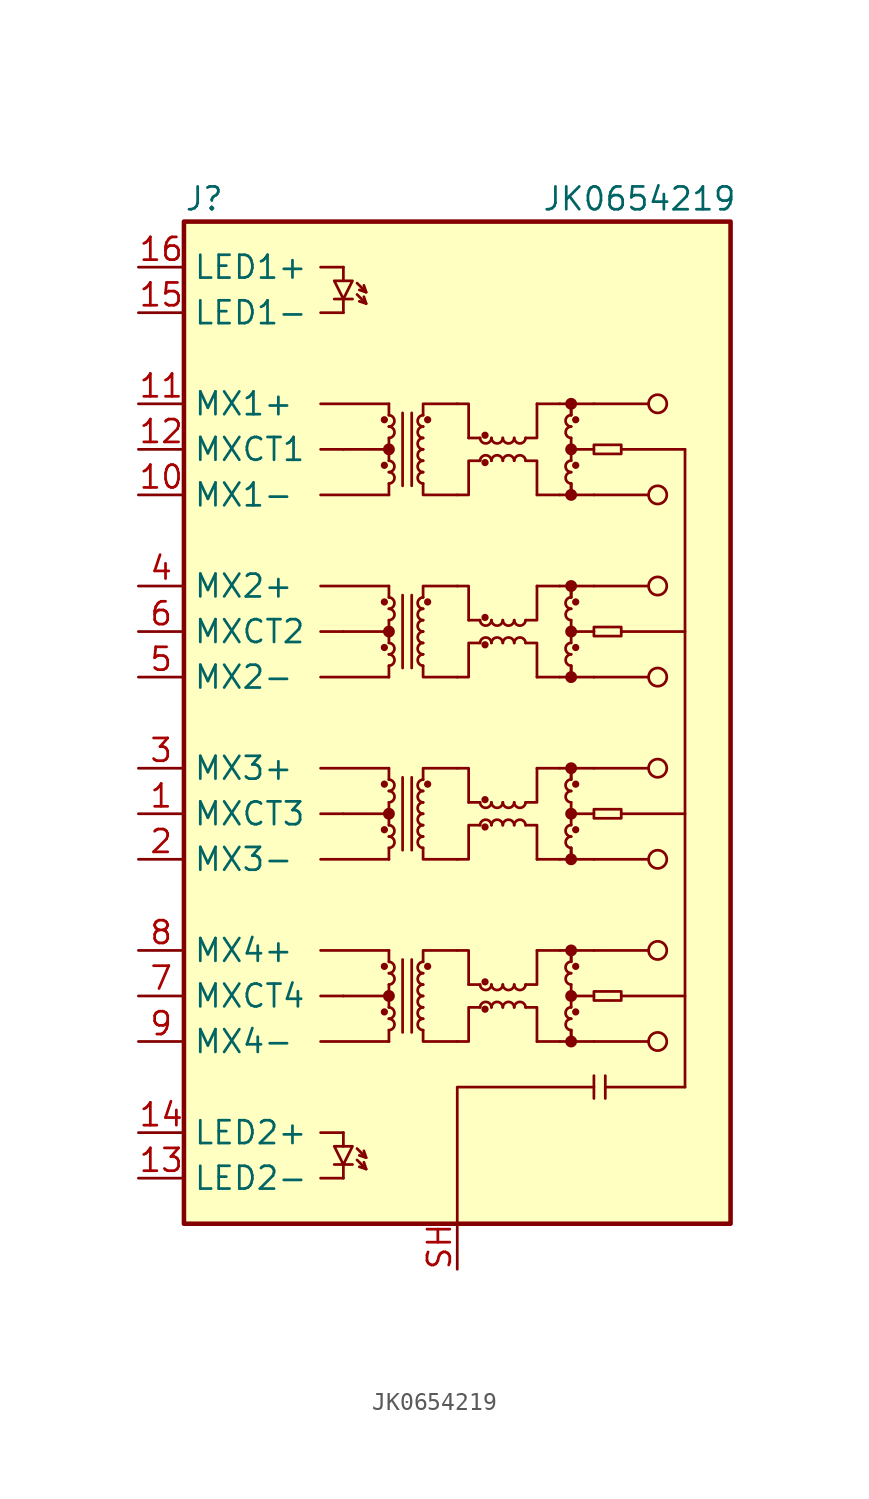
<source format=kicad_sym>
(kicad_symbol_lib
  (version 20211014)
  (generator kicad_symbol_editor)
  (symbol "JK0654219"
    (property "Reference" "J"
      (at -15.24 29.21 0)
      (effects (font (size 1.27 1.27)) (justify left)))
    (property "Value" "JK0654219"
      (at 10.16 29.21 0)
      (effects (font (size 1.27 1.27))))
    (symbol "JK0654219_0_1"
      (rectangle (start -15.24 27.94) (end 15.24 -27.94) (stroke (width 0.254) (type default) (color 0 0 0 0)) (fill (type background)))
      (circle (center -4.064 -16.129) (radius 0.127) (stroke (width 0) (type default) (color 0 0 0 0)) (fill (type outline)))
      (circle (center -4.064 -13.589) (radius 0.127) (stroke (width 0) (type default) (color 0 0 0 0)) (fill (type outline)))
      (circle (center -4.064 -5.969) (radius 0.127) (stroke (width 0) (type default) (color 0 0 0 0)) (fill (type outline)))
      (circle (center -4.064 -3.429) (radius 0.127) (stroke (width 0) (type default) (color 0 0 0 0)) (fill (type outline)))
      (circle (center -4.064 4.191) (radius 0.127) (stroke (width 0) (type default) (color 0 0 0 0)) (fill (type outline)))
      (circle (center -4.064 6.731) (radius 0.127) (stroke (width 0) (type default) (color 0 0 0 0)) (fill (type outline)))
      (circle (center -4.064 14.351) (radius 0.127) (stroke (width 0) (type default) (color 0 0 0 0)) (fill (type outline)))
      (circle (center -4.064 16.891) (radius 0.127) (stroke (width 0) (type default) (color 0 0 0 0)) (fill (type outline)))
      (arc (start -3.81 -17.145) (mid -3.5049 -16.8275) (end -3.81 -16.51) (stroke (width 0) (type default) (color 0 0 0 0)) (fill (type none)))
      (arc (start -3.81 -16.51) (mid -3.5049 -16.1925) (end -3.81 -15.875) (stroke (width 0) (type default) (color 0 0 0 0)) (fill (type none)))
      (circle (center -3.81 -15.24) (radius 0.254) (stroke (width 0) (type default) (color 0 0 0 0)) (fill (type outline)))
      (arc (start -3.81 -14.605) (mid -3.5049 -14.2875) (end -3.81 -13.97) (stroke (width 0) (type default) (color 0 0 0 0)) (fill (type none)))
      (arc (start -3.81 -13.97) (mid -3.5049 -13.6525) (end -3.81 -13.335) (stroke (width 0) (type default) (color 0 0 0 0)) (fill (type none)))
      (arc (start -3.81 -6.985) (mid -3.5049 -6.6675) (end -3.81 -6.35) (stroke (width 0) (type default) (color 0 0 0 0)) (fill (type none)))
      (arc (start -3.81 -6.35) (mid -3.5049 -6.0325) (end -3.81 -5.715) (stroke (width 0) (type default) (color 0 0 0 0)) (fill (type none)))
      (circle (center -3.81 -5.08) (radius 0.254) (stroke (width 0) (type default) (color 0 0 0 0)) (fill (type outline)))
      (arc (start -3.81 -4.445) (mid -3.5049 -4.1275) (end -3.81 -3.81) (stroke (width 0) (type default) (color 0 0 0 0)) (fill (type none)))
      (arc (start -3.81 -3.81) (mid -3.5049 -3.4925) (end -3.81 -3.175) (stroke (width 0) (type default) (color 0 0 0 0)) (fill (type none)))
      (arc (start -3.81 3.175) (mid -3.5049 3.4925) (end -3.81 3.81) (stroke (width 0) (type default) (color 0 0 0 0)) (fill (type none)))
      (arc (start -3.81 3.81) (mid -3.5049 4.1275) (end -3.81 4.445) (stroke (width 0) (type default) (color 0 0 0 0)) (fill (type none)))
      (circle (center -3.81 5.08) (radius 0.254) (stroke (width 0) (type default) (color 0 0 0 0)) (fill (type outline)))
      (arc (start -3.81 5.715) (mid -3.5049 6.0325) (end -3.81 6.35) (stroke (width 0) (type default) (color 0 0 0 0)) (fill (type none)))
      (arc (start -3.81 6.35) (mid -3.5049 6.6675) (end -3.81 6.985) (stroke (width 0) (type default) (color 0 0 0 0)) (fill (type none)))
      (arc (start -3.81 13.335) (mid -3.5049 13.6525) (end -3.81 13.97) (stroke (width 0) (type default) (color 0 0 0 0)) (fill (type none)))
      (arc (start -3.81 13.97) (mid -3.5049 14.2875) (end -3.81 14.605) (stroke (width 0) (type default) (color 0 0 0 0)) (fill (type none)))
      (circle (center -3.81 15.24) (radius 0.254) (stroke (width 0) (type default) (color 0 0 0 0)) (fill (type outline)))
      (arc (start -3.81 15.875) (mid -3.5049 16.1925) (end -3.81 16.51) (stroke (width 0) (type default) (color 0 0 0 0)) (fill (type none)))
      (arc (start -3.81 16.51) (mid -3.5049 16.8275) (end -3.81 17.145) (stroke (width 0) (type default) (color 0 0 0 0)) (fill (type none)))
      (arc (start -1.905 -16.51) (mid -2.2101 -16.8275) (end -1.905 -17.145) (stroke (width 0) (type default) (color 0 0 0 0)) (fill (type none)))
      (arc (start -1.905 -15.875) (mid -2.2101 -16.1925) (end -1.905 -16.51) (stroke (width 0) (type default) (color 0 0 0 0)) (fill (type none)))
      (arc (start -1.905 -15.24) (mid -2.2101 -15.5575) (end -1.905 -15.875) (stroke (width 0) (type default) (color 0 0 0 0)) (fill (type none)))
      (arc (start -1.905 -14.605) (mid -2.2101 -14.9225) (end -1.905 -15.24) (stroke (width 0) (type default) (color 0 0 0 0)) (fill (type none)))
      (arc (start -1.905 -13.97) (mid -2.2101 -14.2875) (end -1.905 -14.605) (stroke (width 0) (type default) (color 0 0 0 0)) (fill (type none)))
      (arc (start -1.905 -13.335) (mid -2.2101 -13.6525) (end -1.905 -13.97) (stroke (width 0) (type default) (color 0 0 0 0)) (fill (type none)))
      (arc (start -1.905 -6.35) (mid -2.2101 -6.6675) (end -1.905 -6.985) (stroke (width 0) (type default) (color 0 0 0 0)) (fill (type none)))
      (arc (start -1.905 -5.715) (mid -2.2101 -6.0325) (end -1.905 -6.35) (stroke (width 0) (type default) (color 0 0 0 0)) (fill (type none)))
      (arc (start -1.905 -5.08) (mid -2.2101 -5.3975) (end -1.905 -5.715) (stroke (width 0) (type default) (color 0 0 0 0)) (fill (type none)))
      (arc (start -1.905 -4.445) (mid -2.2101 -4.7625) (end -1.905 -5.08) (stroke (width 0) (type default) (color 0 0 0 0)) (fill (type none)))
      (arc (start -1.905 -3.81) (mid -2.2101 -4.1275) (end -1.905 -4.445) (stroke (width 0) (type default) (color 0 0 0 0)) (fill (type none)))
      (arc (start -1.905 -3.175) (mid -2.2101 -3.4925) (end -1.905 -3.81) (stroke (width 0) (type default) (color 0 0 0 0)) (fill (type none)))
      (arc (start -1.905 3.81) (mid -2.2101 3.4925) (end -1.905 3.175) (stroke (width 0) (type default) (color 0 0 0 0)) (fill (type none)))
      (arc (start -1.905 4.445) (mid -2.2101 4.1275) (end -1.905 3.81) (stroke (width 0) (type default) (color 0 0 0 0)) (fill (type none)))
      (arc (start -1.905 5.08) (mid -2.2101 4.7625) (end -1.905 4.445) (stroke (width 0) (type default) (color 0 0 0 0)) (fill (type none)))
      (arc (start -1.905 5.715) (mid -2.2101 5.3975) (end -1.905 5.08) (stroke (width 0) (type default) (color 0 0 0 0)) (fill (type none)))
      (arc (start -1.905 6.35) (mid -2.2101 6.0325) (end -1.905 5.715) (stroke (width 0) (type default) (color 0 0 0 0)) (fill (type none)))
      (arc (start -1.905 6.985) (mid -2.2101 6.6675) (end -1.905 6.35) (stroke (width 0) (type default) (color 0 0 0 0)) (fill (type none)))
      (arc (start -1.905 13.97) (mid -2.2101 13.6525) (end -1.905 13.335) (stroke (width 0) (type default) (color 0 0 0 0)) (fill (type none)))
      (arc (start -1.905 14.605) (mid -2.2101 14.2875) (end -1.905 13.97) (stroke (width 0) (type default) (color 0 0 0 0)) (fill (type none)))
      (arc (start -1.905 15.24) (mid -2.2101 14.9225) (end -1.905 14.605) (stroke (width 0) (type default) (color 0 0 0 0)) (fill (type none)))
      (arc (start -1.905 15.875) (mid -2.2101 15.5575) (end -1.905 15.24) (stroke (width 0) (type default) (color 0 0 0 0)) (fill (type none)))
      (arc (start -1.905 16.51) (mid -2.2101 16.1925) (end -1.905 15.875) (stroke (width 0) (type default) (color 0 0 0 0)) (fill (type none)))
      (arc (start -1.905 17.145) (mid -2.2101 16.8275) (end -1.905 16.51) (stroke (width 0) (type default) (color 0 0 0 0)) (fill (type none)))
      (circle (center -1.651 -13.589) (radius 0.127) (stroke (width 0) (type default) (color 0 0 0 0)) (fill (type outline)))
      (circle (center -1.651 -3.429) (radius 0.127) (stroke (width 0) (type default) (color 0 0 0 0)) (fill (type outline)))
      (circle (center -1.651 6.731) (radius 0.127) (stroke (width 0) (type default) (color 0 0 0 0)) (fill (type outline)))
      (circle (center -1.651 16.891) (radius 0.127) (stroke (width 0) (type default) (color 0 0 0 0)) (fill (type outline)))
      (polyline (pts (xy -7.62 -17.78) (xy -3.81 -17.78)) (stroke (width 0) (type default) (color 0 0 0 0)) (fill (type none)))
      (polyline (pts (xy -7.62 -15.24) (xy -6.35 -15.24)) (stroke (width 0) (type default) (color 0 0 0 0)) (fill (type none)))
      (polyline (pts (xy -7.62 -12.7) (xy -3.81 -12.7)) (stroke (width 0) (type default) (color 0 0 0 0)) (fill (type none)))
      (polyline (pts (xy -7.62 -7.62) (xy -3.81 -7.62)) (stroke (width 0) (type default) (color 0 0 0 0)) (fill (type none)))
      (polyline (pts (xy -7.62 -5.08) (xy -6.35 -5.08)) (stroke (width 0) (type default) (color 0 0 0 0)) (fill (type none)))
      (polyline (pts (xy -7.62 -2.54) (xy -3.81 -2.54)) (stroke (width 0) (type default) (color 0 0 0 0)) (fill (type none)))
      (polyline (pts (xy -7.62 2.54) (xy -3.81 2.54)) (stroke (width 0) (type default) (color 0 0 0 0)) (fill (type none)))
      (polyline (pts (xy -7.62 5.08) (xy -6.35 5.08)) (stroke (width 0) (type default) (color 0 0 0 0)) (fill (type none)))
      (polyline (pts (xy -7.62 7.62) (xy -3.81 7.62)) (stroke (width 0) (type default) (color 0 0 0 0)) (fill (type none)))
      (polyline (pts (xy -7.62 12.7) (xy -3.81 12.7)) (stroke (width 0) (type default) (color 0 0 0 0)) (fill (type none)))
      (polyline (pts (xy -7.62 15.24) (xy -6.35 15.24)) (stroke (width 0) (type default) (color 0 0 0 0)) (fill (type none)))
      (polyline (pts (xy -7.62 17.78) (xy -3.81 17.78)) (stroke (width 0) (type default) (color 0 0 0 0)) (fill (type none)))
      (polyline (pts (xy -6.35 -15.24) (xy -3.81 -15.24)) (stroke (width 0) (type default) (color 0 0 0 0)) (fill (type none)))
      (polyline (pts (xy -6.35 -5.08) (xy -3.81 -5.08)) (stroke (width 0) (type default) (color 0 0 0 0)) (fill (type none)))
      (polyline (pts (xy -6.35 5.08) (xy -3.81 5.08)) (stroke (width 0) (type default) (color 0 0 0 0)) (fill (type none)))
      (polyline (pts (xy -6.35 15.24) (xy -3.81 15.24)) (stroke (width 0) (type default) (color 0 0 0 0)) (fill (type none)))
      (polyline (pts (xy -3.81 -17.78) (xy -3.81 -17.145)) (stroke (width 0) (type default) (color 0 0 0 0)) (fill (type none)))
      (polyline (pts (xy -3.81 -15.24) (xy -3.81 -15.875)) (stroke (width 0) (type default) (color 0 0 0 0)) (fill (type none)))
      (polyline (pts (xy -3.81 -15.24) (xy -3.81 -14.605)) (stroke (width 0) (type default) (color 0 0 0 0)) (fill (type none)))
      (polyline (pts (xy -3.81 -12.7) (xy -3.81 -13.335)) (stroke (width 0) (type default) (color 0 0 0 0)) (fill (type none)))
      (polyline (pts (xy -3.81 -7.62) (xy -3.81 -6.985)) (stroke (width 0) (type default) (color 0 0 0 0)) (fill (type none)))
      (polyline (pts (xy -3.81 -5.08) (xy -3.81 -5.715)) (stroke (width 0) (type default) (color 0 0 0 0)) (fill (type none)))
      (polyline (pts (xy -3.81 -5.08) (xy -3.81 -4.445)) (stroke (width 0) (type default) (color 0 0 0 0)) (fill (type none)))
      (polyline (pts (xy -3.81 -2.54) (xy -3.81 -3.175)) (stroke (width 0) (type default) (color 0 0 0 0)) (fill (type none)))
      (polyline (pts (xy -3.81 2.54) (xy -3.81 3.175)) (stroke (width 0) (type default) (color 0 0 0 0)) (fill (type none)))
      (polyline (pts (xy -3.81 5.08) (xy -3.81 4.445)) (stroke (width 0) (type default) (color 0 0 0 0)) (fill (type none)))
      (polyline (pts (xy -3.81 5.08) (xy -3.81 5.715)) (stroke (width 0) (type default) (color 0 0 0 0)) (fill (type none)))
      (polyline (pts (xy -3.81 7.62) (xy -3.81 6.985)) (stroke (width 0) (type default) (color 0 0 0 0)) (fill (type none)))
      (polyline (pts (xy -3.81 12.7) (xy -3.81 13.335)) (stroke (width 0) (type default) (color 0 0 0 0)) (fill (type none)))
      (polyline (pts (xy -3.81 15.24) (xy -3.81 14.605)) (stroke (width 0) (type default) (color 0 0 0 0)) (fill (type none)))
      (polyline (pts (xy -3.81 15.24) (xy -3.81 15.875)) (stroke (width 0) (type default) (color 0 0 0 0)) (fill (type none)))
      (polyline (pts (xy -3.81 17.78) (xy -3.81 17.145)) (stroke (width 0) (type default) (color 0 0 0 0)) (fill (type none)))
      (polyline (pts (xy -3.048 -17.272) (xy -3.048 -13.208)) (stroke (width 0) (type default) (color 0 0 0 0)) (fill (type none)))
      (polyline (pts (xy -3.048 -7.112) (xy -3.048 -3.048)) (stroke (width 0) (type default) (color 0 0 0 0)) (fill (type none)))
      (polyline (pts (xy -3.048 3.048) (xy -3.048 7.112)) (stroke (width 0) (type default) (color 0 0 0 0)) (fill (type none)))
      (polyline (pts (xy -3.048 13.208) (xy -3.048 17.272)) (stroke (width 0) (type default) (color 0 0 0 0)) (fill (type none)))
      (polyline (pts (xy -2.54 -17.272) (xy -2.54 -13.208)) (stroke (width 0) (type default) (color 0 0 0 0)) (fill (type none)))
      (polyline (pts (xy -2.54 -7.112) (xy -2.54 -3.048)) (stroke (width 0) (type default) (color 0 0 0 0)) (fill (type none)))
      (polyline (pts (xy -2.54 3.048) (xy -2.54 7.112)) (stroke (width 0) (type default) (color 0 0 0 0)) (fill (type none)))
      (polyline (pts (xy -2.54 13.208) (xy -2.54 17.272)) (stroke (width 0) (type default) (color 0 0 0 0)) (fill (type none)))
      (polyline (pts (xy 0.635 -14.605) (xy 1.27 -14.605)) (stroke (width 0) (type default) (color 0 0 0 0)) (fill (type none)))
      (polyline (pts (xy 0.635 -4.445) (xy 1.27 -4.445)) (stroke (width 0) (type default) (color 0 0 0 0)) (fill (type none)))
      (polyline (pts (xy 0.635 5.715) (xy 1.27 5.715)) (stroke (width 0) (type default) (color 0 0 0 0)) (fill (type none)))
      (polyline (pts (xy 0.635 15.875) (xy 1.27 15.875)) (stroke (width 0) (type default) (color 0 0 0 0)) (fill (type none)))
      (polyline (pts (xy 4.445 -17.78) (xy 5.715 -17.78)) (stroke (width 0) (type default) (color 0 0 0 0)) (fill (type none)))
      (polyline (pts (xy 4.445 -12.7) (xy 5.715 -12.7)) (stroke (width 0) (type default) (color 0 0 0 0)) (fill (type none)))
      (polyline (pts (xy 4.445 -7.62) (xy 5.715 -7.62)) (stroke (width 0) (type default) (color 0 0 0 0)) (fill (type none)))
      (polyline (pts (xy 4.445 -2.54) (xy 5.715 -2.54)) (stroke (width 0) (type default) (color 0 0 0 0)) (fill (type none)))
      (polyline (pts (xy 4.445 2.54) (xy 5.715 2.54)) (stroke (width 0) (type default) (color 0 0 0 0)) (fill (type none)))
      (polyline (pts (xy 4.445 7.62) (xy 5.715 7.62)) (stroke (width 0) (type default) (color 0 0 0 0)) (fill (type none)))
      (polyline (pts (xy 4.445 12.7) (xy 5.715 12.7)) (stroke (width 0) (type default) (color 0 0 0 0)) (fill (type none)))
      (polyline (pts (xy 4.445 17.78) (xy 5.715 17.78)) (stroke (width 0) (type default) (color 0 0 0 0)) (fill (type none)))
      (polyline (pts (xy 6.35 -17.78) (xy 6.35 -17.145)) (stroke (width 0) (type default) (color 0 0 0 0)) (fill (type none)))
      (polyline (pts (xy 6.35 -15.24) (xy 6.35 -15.875)) (stroke (width 0) (type default) (color 0 0 0 0)) (fill (type none)))
      (polyline (pts (xy 6.35 -15.24) (xy 6.35 -14.605)) (stroke (width 0) (type default) (color 0 0 0 0)) (fill (type none)))
      (polyline (pts (xy 6.35 -12.7) (xy 6.35 -13.335)) (stroke (width 0) (type default) (color 0 0 0 0)) (fill (type none)))
      (polyline (pts (xy 6.35 -7.62) (xy 6.35 -6.985)) (stroke (width 0) (type default) (color 0 0 0 0)) (fill (type none)))
      (polyline (pts (xy 6.35 -5.08) (xy 6.35 -5.715)) (stroke (width 0) (type default) (color 0 0 0 0)) (fill (type none)))
      (polyline (pts (xy 6.35 -5.08) (xy 6.35 -4.445)) (stroke (width 0) (type default) (color 0 0 0 0)) (fill (type none)))
      (polyline (pts (xy 6.35 -2.54) (xy 6.35 -3.175)) (stroke (width 0) (type default) (color 0 0 0 0)) (fill (type none)))
      (polyline (pts (xy 6.35 2.54) (xy 6.35 3.175)) (stroke (width 0) (type default) (color 0 0 0 0)) (fill (type none)))
      (polyline (pts (xy 6.35 5.08) (xy 6.35 4.445)) (stroke (width 0) (type default) (color 0 0 0 0)) (fill (type none)))
      (polyline (pts (xy 6.35 5.08) (xy 6.35 5.715)) (stroke (width 0) (type default) (color 0 0 0 0)) (fill (type none)))
      (polyline (pts (xy 6.35 7.62) (xy 6.35 6.985)) (stroke (width 0) (type default) (color 0 0 0 0)) (fill (type none)))
      (polyline (pts (xy 6.35 12.7) (xy 6.35 13.335)) (stroke (width 0) (type default) (color 0 0 0 0)) (fill (type none)))
      (polyline (pts (xy 6.35 15.24) (xy 6.35 14.605)) (stroke (width 0) (type default) (color 0 0 0 0)) (fill (type none)))
      (polyline (pts (xy 6.35 15.24) (xy 6.35 15.875)) (stroke (width 0) (type default) (color 0 0 0 0)) (fill (type none)))
      (polyline (pts (xy 6.35 17.78) (xy 6.35 17.145)) (stroke (width 0) (type default) (color 0 0 0 0)) (fill (type none)))
      (polyline (pts (xy 7.62 -20.955) (xy 7.62 -19.685)) (stroke (width 0) (type default) (color 0 0 0 0)) (fill (type none)))
      (polyline (pts (xy 7.62 -17.78) (xy 6.35 -17.78)) (stroke (width 0) (type default) (color 0 0 0 0)) (fill (type none)))
      (polyline (pts (xy 7.62 -17.78) (xy 10.668 -17.78)) (stroke (width 0) (type default) (color 0 0 0 0)) (fill (type none)))
      (polyline (pts (xy 7.62 -15.24) (xy 6.35 -15.24)) (stroke (width 0) (type default) (color 0 0 0 0)) (fill (type none)))
      (polyline (pts (xy 7.62 -12.7) (xy 6.35 -12.7)) (stroke (width 0) (type default) (color 0 0 0 0)) (fill (type none)))
      (polyline (pts (xy 7.62 -12.7) (xy 10.668 -12.7)) (stroke (width 0) (type default) (color 0 0 0 0)) (fill (type none)))
      (polyline (pts (xy 7.62 -7.62) (xy 6.35 -7.62)) (stroke (width 0) (type default) (color 0 0 0 0)) (fill (type none)))
      (polyline (pts (xy 7.62 -7.62) (xy 10.668 -7.62)) (stroke (width 0) (type default) (color 0 0 0 0)) (fill (type none)))
      (polyline (pts (xy 7.62 -5.08) (xy 6.35 -5.08)) (stroke (width 0) (type default) (color 0 0 0 0)) (fill (type none)))
      (polyline (pts (xy 7.62 -2.54) (xy 6.35 -2.54)) (stroke (width 0) (type default) (color 0 0 0 0)) (fill (type none)))
      (polyline (pts (xy 7.62 -2.54) (xy 10.668 -2.54)) (stroke (width 0) (type default) (color 0 0 0 0)) (fill (type none)))
      (polyline (pts (xy 7.62 2.54) (xy 6.35 2.54)) (stroke (width 0) (type default) (color 0 0 0 0)) (fill (type none)))
      (polyline (pts (xy 7.62 2.54) (xy 10.668 2.54)) (stroke (width 0) (type default) (color 0 0 0 0)) (fill (type none)))
      (polyline (pts (xy 7.62 5.08) (xy 6.35 5.08)) (stroke (width 0) (type default) (color 0 0 0 0)) (fill (type none)))
      (polyline (pts (xy 7.62 7.62) (xy 6.35 7.62)) (stroke (width 0) (type default) (color 0 0 0 0)) (fill (type none)))
      (polyline (pts (xy 7.62 7.62) (xy 10.668 7.62)) (stroke (width 0) (type default) (color 0 0 0 0)) (fill (type none)))
      (polyline (pts (xy 7.62 12.7) (xy 6.35 12.7)) (stroke (width 0) (type default) (color 0 0 0 0)) (fill (type none)))
      (polyline (pts (xy 7.62 12.7) (xy 10.668 12.7)) (stroke (width 0) (type default) (color 0 0 0 0)) (fill (type none)))
      (polyline (pts (xy 7.62 15.24) (xy 6.35 15.24)) (stroke (width 0) (type default) (color 0 0 0 0)) (fill (type none)))
      (polyline (pts (xy 7.62 17.78) (xy 6.35 17.78)) (stroke (width 0) (type default) (color 0 0 0 0)) (fill (type none)))
      (polyline (pts (xy 7.62 17.78) (xy 10.668 17.78)) (stroke (width 0) (type default) (color 0 0 0 0)) (fill (type none)))
      (polyline (pts (xy 8.255 -20.32) (xy 8.255 -20.955)) (stroke (width 0) (type default) (color 0 0 0 0)) (fill (type none)))
      (polyline (pts (xy 8.255 -20.32) (xy 8.255 -19.685)) (stroke (width 0) (type default) (color 0 0 0 0)) (fill (type none)))
      (polyline (pts (xy 8.255 -20.32) (xy 12.7 -20.32)) (stroke (width 0) (type default) (color 0 0 0 0)) (fill (type none)))
      (polyline (pts (xy 9.144 -15.24) (xy 12.7 -15.24)) (stroke (width 0) (type default) (color 0 0 0 0)) (fill (type none)))
      (polyline (pts (xy 9.144 -5.08) (xy 12.7 -5.08)) (stroke (width 0) (type default) (color 0 0 0 0)) (fill (type none)))
      (polyline (pts (xy 9.144 5.08) (xy 12.7 5.08)) (stroke (width 0) (type default) (color 0 0 0 0)) (fill (type none)))
      (polyline (pts (xy 12.7 -20.32) (xy 12.7 15.24)) (stroke (width 0) (type default) (color 0 0 0 0)) (fill (type none)))
      (polyline (pts (xy 12.7 15.24) (xy 9.144 15.24)) (stroke (width 0) (type default) (color 0 0 0 0)) (fill (type none)))
      (polyline (pts (xy -1.905 -17.145) (xy -1.905 -17.78) (xy 0 -17.78)) (stroke (width 0) (type default) (color 0 0 0 0)) (fill (type none)))
      (polyline (pts (xy -1.905 -13.335) (xy -1.905 -12.7) (xy 0 -12.7)) (stroke (width 0) (type default) (color 0 0 0 0)) (fill (type none)))
      (polyline (pts (xy -1.905 -6.985) (xy -1.905 -7.62) (xy 0 -7.62)) (stroke (width 0) (type default) (color 0 0 0 0)) (fill (type none)))
      (polyline (pts (xy -1.905 -3.175) (xy -1.905 -2.54) (xy 0 -2.54)) (stroke (width 0) (type default) (color 0 0 0 0)) (fill (type none)))
      (polyline (pts (xy -1.905 3.175) (xy -1.905 2.54) (xy 0 2.54)) (stroke (width 0) (type default) (color 0 0 0 0)) (fill (type none)))
      (polyline (pts (xy -1.905 6.985) (xy -1.905 7.62) (xy 0 7.62)) (stroke (width 0) (type default) (color 0 0 0 0)) (fill (type none)))
      (polyline (pts (xy -1.905 13.335) (xy -1.905 12.7) (xy 0 12.7)) (stroke (width 0) (type default) (color 0 0 0 0)) (fill (type none)))
      (polyline (pts (xy -1.905 17.145) (xy -1.905 17.78) (xy 0 17.78)) (stroke (width 0) (type default) (color 0 0 0 0)) (fill (type none)))
      (polyline (pts (xy 0 -12.7) (xy 0.635 -12.7) (xy 0.635 -14.605)) (stroke (width 0) (type default) (color 0 0 0 0)) (fill (type none)))
      (polyline (pts (xy 0 -2.54) (xy 0.635 -2.54) (xy 0.635 -4.445)) (stroke (width 0) (type default) (color 0 0 0 0)) (fill (type none)))
      (polyline (pts (xy 0 7.62) (xy 0.635 7.62) (xy 0.635 5.715)) (stroke (width 0) (type default) (color 0 0 0 0)) (fill (type none)))
      (polyline (pts (xy 0 17.78) (xy 0.635 17.78) (xy 0.635 15.875)) (stroke (width 0) (type default) (color 0 0 0 0)) (fill (type none)))
      (polyline (pts (xy 3.81 -15.875) (xy 4.445 -15.875) (xy 4.445 -17.78)) (stroke (width 0) (type default) (color 0 0 0 0)) (fill (type none)))
      (polyline (pts (xy 3.81 -14.605) (xy 4.445 -14.605) (xy 4.445 -12.7)) (stroke (width 0) (type default) (color 0 0 0 0)) (fill (type none)))
      (polyline (pts (xy 3.81 -5.715) (xy 4.445 -5.715) (xy 4.445 -7.62)) (stroke (width 0) (type default) (color 0 0 0 0)) (fill (type none)))
      (polyline (pts (xy 3.81 -4.445) (xy 4.445 -4.445) (xy 4.445 -2.54)) (stroke (width 0) (type default) (color 0 0 0 0)) (fill (type none)))
      (polyline (pts (xy 3.81 4.445) (xy 4.445 4.445) (xy 4.445 2.54)) (stroke (width 0) (type default) (color 0 0 0 0)) (fill (type none)))
      (polyline (pts (xy 3.81 5.715) (xy 4.445 5.715) (xy 4.445 7.62)) (stroke (width 0) (type default) (color 0 0 0 0)) (fill (type none)))
      (polyline (pts (xy 3.81 14.605) (xy 4.445 14.605) (xy 4.445 12.7)) (stroke (width 0) (type default) (color 0 0 0 0)) (fill (type none)))
      (polyline (pts (xy 3.81 15.875) (xy 4.445 15.875) (xy 4.445 17.78)) (stroke (width 0) (type default) (color 0 0 0 0)) (fill (type none)))
      (polyline (pts (xy 5.715 -17.78) (xy 6.35 -17.78) (xy 6.35 -17.145)) (stroke (width 0) (type default) (color 0 0 0 0)) (fill (type none)))
      (polyline (pts (xy 5.715 -12.7) (xy 6.35 -12.7) (xy 6.35 -13.335)) (stroke (width 0) (type default) (color 0 0 0 0)) (fill (type none)))
      (polyline (pts (xy 5.715 -7.62) (xy 6.35 -7.62) (xy 6.35 -6.985)) (stroke (width 0) (type default) (color 0 0 0 0)) (fill (type none)))
      (polyline (pts (xy 5.715 -2.54) (xy 6.35 -2.54) (xy 6.35 -3.175)) (stroke (width 0) (type default) (color 0 0 0 0)) (fill (type none)))
      (polyline (pts (xy 5.715 2.54) (xy 6.35 2.54) (xy 6.35 3.175)) (stroke (width 0) (type default) (color 0 0 0 0)) (fill (type none)))
      (polyline (pts (xy 5.715 7.62) (xy 6.35 7.62) (xy 6.35 6.985)) (stroke (width 0) (type default) (color 0 0 0 0)) (fill (type none)))
      (polyline (pts (xy 5.715 12.7) (xy 6.35 12.7) (xy 6.35 13.335)) (stroke (width 0) (type default) (color 0 0 0 0)) (fill (type none)))
      (polyline (pts (xy 5.715 17.78) (xy 6.35 17.78) (xy 6.35 17.145)) (stroke (width 0) (type default) (color 0 0 0 0)) (fill (type none)))
      (polyline (pts (xy 7.62 -20.32) (xy 0 -20.32) (xy 0 -27.94)) (stroke (width 0) (type default) (color 0 0 0 0)) (fill (type none)))
      (polyline (pts (xy 0 -17.78) (xy 0.635 -17.78) (xy 0.635 -15.875) (xy 1.27 -15.875)) (stroke (width 0) (type default) (color 0 0 0 0)) (fill (type none)))
      (polyline (pts (xy 0 -7.62) (xy 0.635 -7.62) (xy 0.635 -5.715) (xy 1.27 -5.715)) (stroke (width 0) (type default) (color 0 0 0 0)) (fill (type none)))
      (polyline (pts (xy 0 2.54) (xy 0.635 2.54) (xy 0.635 4.445) (xy 1.27 4.445)) (stroke (width 0) (type default) (color 0 0 0 0)) (fill (type none)))
      (polyline (pts (xy 0 12.7) (xy 0.635 12.7) (xy 0.635 14.605) (xy 1.27 14.605)) (stroke (width 0) (type default) (color 0 0 0 0)) (fill (type none)))
      (arc (start 1.27 -14.605) (mid 1.5875 -14.9101) (end 1.905 -14.605) (stroke (width 0) (type default) (color 0 0 0 0)) (fill (type none)))
      (arc (start 1.27 -4.445) (mid 1.5875 -4.7501) (end 1.905 -4.445) (stroke (width 0) (type default) (color 0 0 0 0)) (fill (type none)))
      (arc (start 1.27 5.715) (mid 1.5875 5.4099) (end 1.905 5.715) (stroke (width 0) (type default) (color 0 0 0 0)) (fill (type none)))
      (arc (start 1.27 15.875) (mid 1.5875 15.5699) (end 1.905 15.875) (stroke (width 0) (type default) (color 0 0 0 0)) (fill (type none)))
      (circle (center 1.549 -15.977) (radius 0.127) (stroke (width 0) (type default) (color 0 0 0 0)) (fill (type outline)))
      (circle (center 1.549 -14.453) (radius 0.127) (stroke (width 0) (type default) (color 0 0 0 0)) (fill (type outline)))
      (circle (center 1.549 -5.817) (radius 0.127) (stroke (width 0) (type default) (color 0 0 0 0)) (fill (type outline)))
      (circle (center 1.549 -4.293) (radius 0.127) (stroke (width 0) (type default) (color 0 0 0 0)) (fill (type outline)))
      (circle (center 1.549 4.343) (radius 0.127) (stroke (width 0) (type default) (color 0 0 0 0)) (fill (type outline)))
      (circle (center 1.549 5.867) (radius 0.127) (stroke (width 0) (type default) (color 0 0 0 0)) (fill (type outline)))
      (circle (center 1.549 14.503) (radius 0.127) (stroke (width 0) (type default) (color 0 0 0 0)) (fill (type outline)))
      (circle (center 1.549 16.027) (radius 0.127) (stroke (width 0) (type default) (color 0 0 0 0)) (fill (type outline)))
      (arc (start 1.905 -15.875) (mid 1.5875 -15.5699) (end 1.27 -15.875) (stroke (width 0) (type default) (color 0 0 0 0)) (fill (type none)))
      (arc (start 1.905 -14.605) (mid 2.2225 -14.9101) (end 2.54 -14.605) (stroke (width 0) (type default) (color 0 0 0 0)) (fill (type none)))
      (arc (start 1.905 -5.715) (mid 1.5875 -5.4099) (end 1.27 -5.715) (stroke (width 0) (type default) (color 0 0 0 0)) (fill (type none)))
      (arc (start 1.905 -4.445) (mid 2.2225 -4.7501) (end 2.54 -4.445) (stroke (width 0) (type default) (color 0 0 0 0)) (fill (type none)))
      (arc (start 1.905 4.445) (mid 1.5875 4.7501) (end 1.27 4.445) (stroke (width 0) (type default) (color 0 0 0 0)) (fill (type none)))
      (arc (start 1.905 5.715) (mid 2.2225 5.4099) (end 2.54 5.715) (stroke (width 0) (type default) (color 0 0 0 0)) (fill (type none)))
      (arc (start 1.905 14.605) (mid 1.5875 14.9101) (end 1.27 14.605) (stroke (width 0) (type default) (color 0 0 0 0)) (fill (type none)))
      (arc (start 1.905 15.875) (mid 2.2225 15.5699) (end 2.54 15.875) (stroke (width 0) (type default) (color 0 0 0 0)) (fill (type none)))
      (arc (start 2.54 -15.875) (mid 2.2225 -15.5699) (end 1.905 -15.875) (stroke (width 0) (type default) (color 0 0 0 0)) (fill (type none)))
      (arc (start 2.54 -14.605) (mid 2.8575 -14.9101) (end 3.175 -14.605) (stroke (width 0) (type default) (color 0 0 0 0)) (fill (type none)))
      (arc (start 2.54 -5.715) (mid 2.2225 -5.4099) (end 1.905 -5.715) (stroke (width 0) (type default) (color 0 0 0 0)) (fill (type none)))
      (arc (start 2.54 -4.445) (mid 2.8575 -4.7501) (end 3.175 -4.445) (stroke (width 0) (type default) (color 0 0 0 0)) (fill (type none)))
      (arc (start 2.54 4.445) (mid 2.2225 4.7501) (end 1.905 4.445) (stroke (width 0) (type default) (color 0 0 0 0)) (fill (type none)))
      (arc (start 2.54 5.715) (mid 2.8575 5.4099) (end 3.175 5.715) (stroke (width 0) (type default) (color 0 0 0 0)) (fill (type none)))
      (arc (start 2.54 14.605) (mid 2.2225 14.9101) (end 1.905 14.605) (stroke (width 0) (type default) (color 0 0 0 0)) (fill (type none)))
      (arc (start 2.54 15.875) (mid 2.8575 15.5699) (end 3.175 15.875) (stroke (width 0) (type default) (color 0 0 0 0)) (fill (type none)))
      (arc (start 3.175 -15.875) (mid 2.8575 -15.5699) (end 2.54 -15.875) (stroke (width 0) (type default) (color 0 0 0 0)) (fill (type none)))
      (arc (start 3.175 -14.605) (mid 3.4925 -14.9101) (end 3.81 -14.605) (stroke (width 0) (type default) (color 0 0 0 0)) (fill (type none)))
      (arc (start 3.175 -5.715) (mid 2.8575 -5.4099) (end 2.54 -5.715) (stroke (width 0) (type default) (color 0 0 0 0)) (fill (type none)))
      (arc (start 3.175 -4.445) (mid 3.4925 -4.7501) (end 3.81 -4.445) (stroke (width 0) (type default) (color 0 0 0 0)) (fill (type none)))
      (arc (start 3.175 4.445) (mid 2.8575 4.7501) (end 2.54 4.445) (stroke (width 0) (type default) (color 0 0 0 0)) (fill (type none)))
      (arc (start 3.175 5.715) (mid 3.4925 5.4099) (end 3.81 5.715) (stroke (width 0) (type default) (color 0 0 0 0)) (fill (type none)))
      (arc (start 3.175 14.605) (mid 2.8575 14.9101) (end 2.54 14.605) (stroke (width 0) (type default) (color 0 0 0 0)) (fill (type none)))
      (arc (start 3.175 15.875) (mid 3.4925 15.5699) (end 3.81 15.875) (stroke (width 0) (type default) (color 0 0 0 0)) (fill (type none)))
      (arc (start 3.81 -15.875) (mid 3.4925 -15.5699) (end 3.175 -15.875) (stroke (width 0) (type default) (color 0 0 0 0)) (fill (type none)))
      (arc (start 3.81 -5.715) (mid 3.4925 -5.4099) (end 3.175 -5.715) (stroke (width 0) (type default) (color 0 0 0 0)) (fill (type none)))
      (arc (start 3.81 4.445) (mid 3.4925 4.7501) (end 3.175 4.445) (stroke (width 0) (type default) (color 0 0 0 0)) (fill (type none)))
      (arc (start 3.81 14.605) (mid 3.4925 14.9101) (end 3.175 14.605) (stroke (width 0) (type default) (color 0 0 0 0)) (fill (type none)))
      (circle (center 6.35 -17.78) (radius 0.254) (stroke (width 0) (type default) (color 0 0 0 0)) (fill (type outline)))
      (arc (start 6.35 -16.51) (mid 6.0195 -16.8275) (end 6.35 -17.145) (stroke (width 0) (type default) (color 0 0 0 0)) (fill (type none)))
      (arc (start 6.35 -15.875) (mid 6.0195 -16.1925) (end 6.35 -16.51) (stroke (width 0) (type default) (color 0 0 0 0)) (fill (type none)))
      (circle (center 6.35 -15.24) (radius 0.254) (stroke (width 0) (type default) (color 0 0 0 0)) (fill (type outline)))
      (arc (start 6.35 -13.97) (mid 6.0195 -14.2875) (end 6.35 -14.605) (stroke (width 0) (type default) (color 0 0 0 0)) (fill (type none)))
      (arc (start 6.35 -13.335) (mid 6.0195 -13.6525) (end 6.35 -13.97) (stroke (width 0) (type default) (color 0 0 0 0)) (fill (type none)))
      (circle (center 6.35 -12.7) (radius 0.254) (stroke (width 0) (type default) (color 0 0 0 0)) (fill (type outline)))
      (circle (center 6.35 -7.62) (radius 0.254) (stroke (width 0) (type default) (color 0 0 0 0)) (fill (type outline)))
      (arc (start 6.35 -6.35) (mid 6.0195 -6.6675) (end 6.35 -6.985) (stroke (width 0) (type default) (color 0 0 0 0)) (fill (type none)))
      (arc (start 6.35 -5.715) (mid 6.0195 -6.0325) (end 6.35 -6.35) (stroke (width 0) (type default) (color 0 0 0 0)) (fill (type none)))
      (circle (center 6.35 -5.08) (radius 0.254) (stroke (width 0) (type default) (color 0 0 0 0)) (fill (type outline)))
      (arc (start 6.35 -3.81) (mid 6.0195 -4.1275) (end 6.35 -4.445) (stroke (width 0) (type default) (color 0 0 0 0)) (fill (type none)))
      (arc (start 6.35 -3.175) (mid 6.0195 -3.4925) (end 6.35 -3.81) (stroke (width 0) (type default) (color 0 0 0 0)) (fill (type none)))
      (circle (center 6.35 -2.54) (radius 0.254) (stroke (width 0) (type default) (color 0 0 0 0)) (fill (type outline)))
      (circle (center 6.35 2.54) (radius 0.254) (stroke (width 0) (type default) (color 0 0 0 0)) (fill (type outline)))
      (arc (start 6.35 3.81) (mid 6.0195 3.4925) (end 6.35 3.175) (stroke (width 0) (type default) (color 0 0 0 0)) (fill (type none)))
      (arc (start 6.35 4.445) (mid 6.0195 4.1275) (end 6.35 3.81) (stroke (width 0) (type default) (color 0 0 0 0)) (fill (type none)))
      (circle (center 6.35 5.08) (radius 0.254) (stroke (width 0) (type default) (color 0 0 0 0)) (fill (type outline)))
      (arc (start 6.35 6.35) (mid 6.0195 6.0325) (end 6.35 5.715) (stroke (width 0) (type default) (color 0 0 0 0)) (fill (type none)))
      (arc (start 6.35 6.985) (mid 6.0195 6.6675) (end 6.35 6.35) (stroke (width 0) (type default) (color 0 0 0 0)) (fill (type none)))
      (circle (center 6.35 7.62) (radius 0.254) (stroke (width 0) (type default) (color 0 0 0 0)) (fill (type outline)))
      (circle (center 6.35 12.7) (radius 0.254) (stroke (width 0) (type default) (color 0 0 0 0)) (fill (type outline)))
      (arc (start 6.35 13.97) (mid 6.0195 13.6525) (end 6.35 13.335) (stroke (width 0) (type default) (color 0 0 0 0)) (fill (type none)))
      (arc (start 6.35 14.605) (mid 6.0195 14.2875) (end 6.35 13.97) (stroke (width 0) (type default) (color 0 0 0 0)) (fill (type none)))
      (circle (center 6.35 15.24) (radius 0.254) (stroke (width 0) (type default) (color 0 0 0 0)) (fill (type outline)))
      (arc (start 6.35 16.51) (mid 6.0195 16.1925) (end 6.35 15.875) (stroke (width 0) (type default) (color 0 0 0 0)) (fill (type none)))
      (arc (start 6.35 17.145) (mid 6.0195 16.8275) (end 6.35 16.51) (stroke (width 0) (type default) (color 0 0 0 0)) (fill (type none)))
      (circle (center 6.35 17.78) (radius 0.254) (stroke (width 0) (type default) (color 0 0 0 0)) (fill (type outline)))
      (circle (center 6.604 -16.129) (radius 0.127) (stroke (width 0) (type default) (color 0 0 0 0)) (fill (type outline)))
      (circle (center 6.604 -13.589) (radius 0.127) (stroke (width 0) (type default) (color 0 0 0 0)) (fill (type outline)))
      (circle (center 6.604 -5.969) (radius 0.127) (stroke (width 0) (type default) (color 0 0 0 0)) (fill (type outline)))
      (circle (center 6.604 -3.429) (radius 0.127) (stroke (width 0) (type default) (color 0 0 0 0)) (fill (type outline)))
      (circle (center 6.604 4.191) (radius 0.127) (stroke (width 0) (type default) (color 0 0 0 0)) (fill (type outline)))
      (circle (center 6.604 6.731) (radius 0.127) (stroke (width 0) (type default) (color 0 0 0 0)) (fill (type outline)))
      (circle (center 6.604 14.351) (radius 0.127) (stroke (width 0) (type default) (color 0 0 0 0)) (fill (type outline)))
      (circle (center 6.604 16.891) (radius 0.127) (stroke (width 0) (type default) (color 0 0 0 0)) (fill (type outline)))
      (rectangle (start 7.62 -14.986) (end 9.144 -15.494) (stroke (width 0) (type default) (color 0 0 0 0)) (fill (type none)))
      (rectangle (start 7.62 -4.826) (end 9.144 -5.334) (stroke (width 0) (type default) (color 0 0 0 0)) (fill (type none)))
      (rectangle (start 7.62 5.334) (end 9.144 4.826) (stroke (width 0) (type default) (color 0 0 0 0)) (fill (type none)))
      (rectangle (start 7.62 15.494) (end 9.144 14.986) (stroke (width 0) (type default) (color 0 0 0 0)) (fill (type none)))
      (circle (center 11.176 -17.78) (radius 0.508) (stroke (width 0) (type default) (color 0 0 0 0)) (fill (type none)))
      (circle (center 11.176 -12.7) (radius 0.508) (stroke (width 0) (type default) (color 0 0 0 0)) (fill (type none)))
      (circle (center 11.176 -7.62) (radius 0.508) (stroke (width 0) (type default) (color 0 0 0 0)) (fill (type none)))
      (circle (center 11.176 -2.54) (radius 0.508) (stroke (width 0) (type default) (color 0 0 0 0)) (fill (type none)))
      (circle (center 11.176 2.54) (radius 0.508) (stroke (width 0) (type default) (color 0 0 0 0)) (fill (type none)))
      (circle (center 11.176 7.62) (radius 0.508) (stroke (width 0) (type default) (color 0 0 0 0)) (fill (type none)))
      (circle (center 11.176 12.7) (radius 0.508) (stroke (width 0) (type default) (color 0 0 0 0)) (fill (type none)))
      (circle (center 11.176 17.78) (radius 0.508) (stroke (width 0) (type default) (color 0 0 0 0)) (fill (type none))))
    (symbol "JK0654219_1_1"
      (polyline (pts (xy -7.62 -25.4) (xy -6.35 -25.4)) (stroke (width 0) (type default) (color 0 0 0 0)) (fill (type none)))
      (polyline (pts (xy -7.62 -22.86) (xy -6.35 -22.86)) (stroke (width 0) (type default) (color 0 0 0 0)) (fill (type none)))
      (polyline (pts (xy -7.62 22.86) (xy -6.35 22.86)) (stroke (width 0) (type default) (color 0 0 0 0)) (fill (type none)))
      (polyline (pts (xy -7.62 25.4) (xy -6.35 25.4)) (stroke (width 0) (type default) (color 0 0 0 0)) (fill (type none)))
      (polyline (pts (xy -6.858 -24.638) (xy -5.842 -24.638)) (stroke (width 0) (type default) (color 0 0 0 0)) (fill (type none)))
      (polyline (pts (xy -6.858 23.622) (xy -5.842 23.622)) (stroke (width 0) (type default) (color 0 0 0 0)) (fill (type none)))
      (polyline (pts (xy -6.35 -25.4) (xy -6.35 -24.638)) (stroke (width 0) (type default) (color 0 0 0 0)) (fill (type none)))
      (polyline (pts (xy -6.35 -22.86) (xy -6.35 -23.622)) (stroke (width 0) (type default) (color 0 0 0 0)) (fill (type none)))
      (polyline (pts (xy -6.35 22.86) (xy -6.35 23.622)) (stroke (width 0) (type default) (color 0 0 0 0)) (fill (type none)))
      (polyline (pts (xy -6.35 25.4) (xy -6.35 24.638)) (stroke (width 0) (type default) (color 0 0 0 0)) (fill (type none)))
      (polyline (pts (xy -5.08 -24.892) (xy -5.207 -24.511)) (stroke (width 0) (type default) (color 0 0 0 0)) (fill (type none)))
      (polyline (pts (xy -5.08 -24.257) (xy -5.207 -23.876)) (stroke (width 0) (type default) (color 0 0 0 0)) (fill (type none)))
      (polyline (pts (xy -5.08 23.368) (xy -5.207 23.749)) (stroke (width 0) (type default) (color 0 0 0 0)) (fill (type none)))
      (polyline (pts (xy -5.08 24.003) (xy -5.207 24.384)) (stroke (width 0) (type default) (color 0 0 0 0)) (fill (type none)))
      (polyline (pts (xy -5.588 -24.384) (xy -5.08 -24.892) (xy -5.461 -24.765)) (stroke (width 0) (type default) (color 0 0 0 0)) (fill (type none)))
      (polyline (pts (xy -5.588 -23.749) (xy -5.08 -24.257) (xy -5.461 -24.13)) (stroke (width 0) (type default) (color 0 0 0 0)) (fill (type none)))
      (polyline (pts (xy -5.588 23.876) (xy -5.08 23.368) (xy -5.461 23.495)) (stroke (width 0) (type default) (color 0 0 0 0)) (fill (type none)))
      (polyline (pts (xy -5.588 24.511) (xy -5.08 24.003) (xy -5.461 24.13)) (stroke (width 0) (type default) (color 0 0 0 0)) (fill (type none)))
      (polyline (pts (xy -6.35 -24.638) (xy -6.858 -23.622) (xy -5.842 -23.622) (xy -6.35 -24.638)) (stroke (width 0) (type default) (color 0 0 0 0)) (fill (type none)))
      (polyline (pts (xy -6.35 23.622) (xy -6.858 24.638) (xy -5.842 24.638) (xy -6.35 23.622)) (stroke (width 0) (type default) (color 0 0 0 0)) (fill (type none)))
      (pin passive line (at -17.78 -5.08 0) (length 2.54) (name "MXCT3" (effects (font (size 1.27 1.27)))) (number "1" (effects (font (size 1.27 1.27)))))
      (pin passive line (at -17.78 12.7 0) (length 2.54) (name "MX1-" (effects (font (size 1.27 1.27)))) (number "10" (effects (font (size 1.27 1.27)))))
      (pin passive line (at -17.78 17.78 0) (length 2.54) (name "MX1+" (effects (font (size 1.27 1.27)))) (number "11" (effects (font (size 1.27 1.27)))))
      (pin passive line (at -17.78 15.24 0) (length 2.54) (name "MXCT1" (effects (font (size 1.27 1.27)))) (number "12" (effects (font (size 1.27 1.27)))))
      (pin passive line (at -17.78 -25.4 0) (length 2.54) (name "LED2-" (effects (font (size 1.27 1.27)))) (number "13" (effects (font (size 1.27 1.27)))))
      (pin passive line (at -17.78 -22.86 0) (length 2.54) (name "LED2+" (effects (font (size 1.27 1.27)))) (number "14" (effects (font (size 1.27 1.27)))))
      (pin passive line (at -17.78 22.86 0) (length 2.54) (name "LED1-" (effects (font (size 1.27 1.27)))) (number "15" (effects (font (size 1.27 1.27)))))
      (pin passive line (at -17.78 25.4 0) (length 2.54) (name "LED1+" (effects (font (size 1.27 1.27)))) (number "16" (effects (font (size 1.27 1.27)))))
      (pin passive line (at -17.78 -7.62 0) (length 2.54) (name "MX3-" (effects (font (size 1.27 1.27)))) (number "2" (effects (font (size 1.27 1.27)))))
      (pin passive line (at -17.78 -2.54 0) (length 2.54) (name "MX3+" (effects (font (size 1.27 1.27)))) (number "3" (effects (font (size 1.27 1.27)))))
      (pin passive line (at -17.78 7.62 0) (length 2.54) (name "MX2+" (effects (font (size 1.27 1.27)))) (number "4" (effects (font (size 1.27 1.27)))))
      (pin passive line (at -17.78 2.54 0) (length 2.54) (name "MX2-" (effects (font (size 1.27 1.27)))) (number "5" (effects (font (size 1.27 1.27)))))
      (pin passive line (at -17.78 5.08 0) (length 2.54) (name "MXCT2" (effects (font (size 1.27 1.27)))) (number "6" (effects (font (size 1.27 1.27)))))
      (pin passive line (at -17.78 -15.24 0) (length 2.54) (name "MXCT4" (effects (font (size 1.27 1.27)))) (number "7" (effects (font (size 1.27 1.27)))))
      (pin passive line (at -17.78 -12.7 0) (length 2.54) (name "MX4+" (effects (font (size 1.27 1.27)))) (number "8" (effects (font (size 1.27 1.27)))))
      (pin passive line (at -17.78 -17.78 0) (length 2.54) (name "MX4-" (effects (font (size 1.27 1.27)))) (number "9" (effects (font (size 1.27 1.27)))))
      (pin passive line (at 0 -30.48 90) (length 2.54) (name "~" (effects (font (size 1.27 1.27)))) (number "SH" (effects (font (size 1.27 1.27))))))))
</source>
